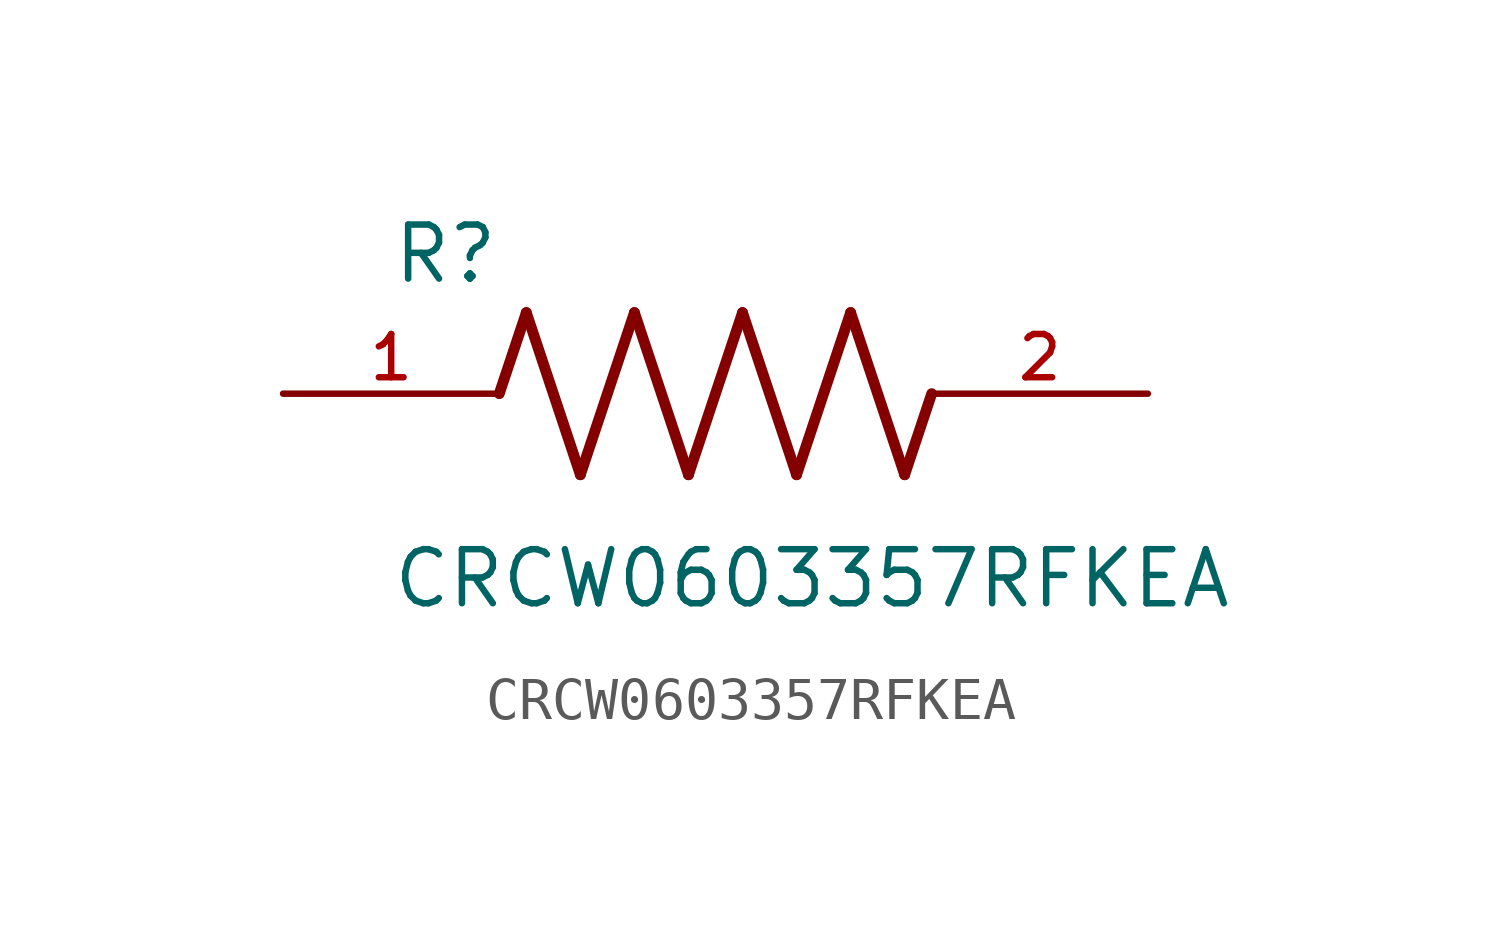
<source format=kicad_sym>
(kicad_symbol_lib
  (version 20211014)
  (generator kicad_symbol_editor)
  (symbol "CRCW0603357RFKEA"
    (pin_names
      (offset 1.016))
    (property "Reference" "R"
      (at -7.624 2.541 0)
      (effects (font (size 1.27 1.27)) (justify bottom left)))
    (property "Value" "CRCW0603357RFKEA"
      (at -7.63 -5.087 0)
      (effects (font (size 1.27 1.27)) (justify bottom left)))
    (symbol "CRCW0603357RFKEA_0_0"
      (polyline (pts (xy -5.08 0.0) (xy -4.445 1.905)) (stroke (width 0.254)))
      (polyline (pts (xy -4.445 1.905) (xy -3.175 -1.905)) (stroke (width 0.254)))
      (polyline (pts (xy -3.175 -1.905) (xy -1.905 1.905)) (stroke (width 0.254)))
      (polyline (pts (xy -1.905 1.905) (xy -0.635 -1.905)) (stroke (width 0.254)))
      (polyline (pts (xy -0.635 -1.905) (xy 0.635 1.905)) (stroke (width 0.254)))
      (polyline (pts (xy 0.635 1.905) (xy 1.905 -1.905)) (stroke (width 0.254)))
      (polyline (pts (xy 1.905 -1.905) (xy 3.175 1.905)) (stroke (width 0.254)))
      (polyline (pts (xy 3.175 1.905) (xy 4.445 -1.905)) (stroke (width 0.254)))
      (polyline (pts (xy 4.445 -1.905) (xy 5.08 0.0)) (stroke (width 0.254)))
      (pin passive line (at -10.16 0.0 0) (length 5.08) (name "~" (effects (font (size 1.016 1.016)))) (number "1" (effects (font (size 1.016 1.016)))))
      (pin passive line (at 10.16 0.0 180.0) (length 5.08) (name "~" (effects (font (size 1.016 1.016)))) (number "2" (effects (font (size 1.016 1.016))))))))
</source>
